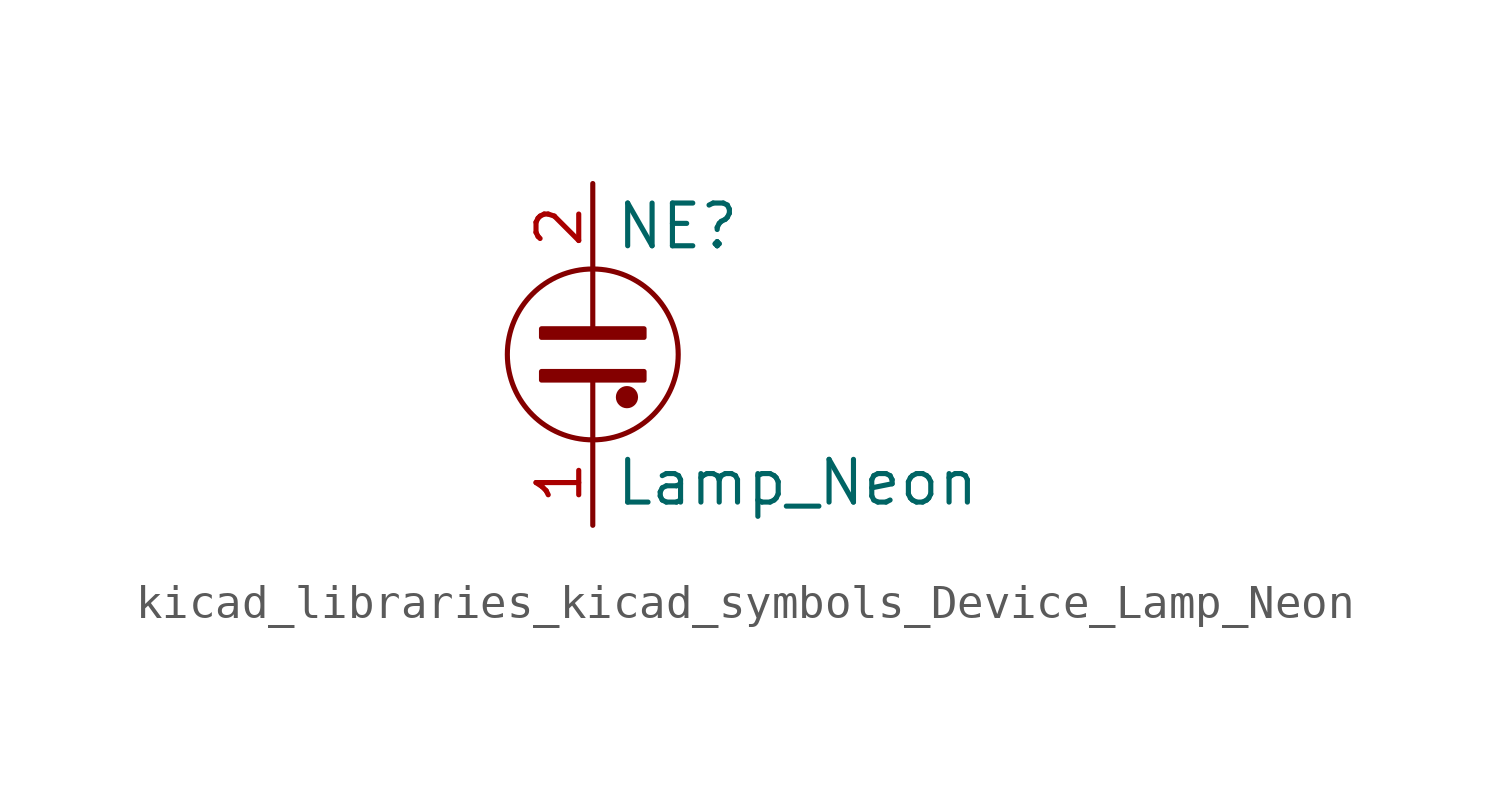
<source format=kicad_sym>
(kicad_symbol_lib
  (version 20220914)
  (generator kicad_symbol_editor)
  (symbol "kicad_libraries_kicad_symbols_Device_Lamp_Neon"
    (pin_names
      (offset 0.025) hide)
    (property "Reference" "NE"
      (at 0.635 3.81 0)
      (effects (font (size 1.27 1.27)) (justify left)))
    (property "Value" "Lamp_Neon"
      (at 0.635 -3.81 0)
      (effects (font (size 1.27 1.27)) (justify left)))
    (symbol "kicad_libraries_kicad_symbols_Device_Lamp_Neon_0_1"
      (rectangle (start -1.524 -0.508) (end 1.524 -0.762) (stroke (width 0) (type default)) (fill (type outline)))
      (rectangle (start -1.524 0.762) (end 1.524 0.508) (stroke (width 0) (type default)) (fill (type outline)))
      (polyline (pts (xy 0 -2.54) (xy 0 -0.762)) (stroke (width 0) (type default)) (fill (type none)))
      (polyline (pts (xy 0 0.762) (xy 0 2.54)) (stroke (width 0) (type default)) (fill (type none)))
      (circle (center 0 0) (radius 2.54) (stroke (width 0) (type default)) (fill (type none)))
      (circle (center 1.016 -1.27) (radius 0.254) (stroke (width 0) (type default)) (fill (type outline))))
    (symbol "kicad_libraries_kicad_symbols_Device_Lamp_Neon_1_1"
      (pin passive line (at 0 -5.08 90) (length 2.54) (name "~" (effects (font (size 1.27 1.27)))) (number "1" (effects (font (size 1.27 1.27)))))
      (pin passive line (at 0 5.08 270) (length 2.54) (name "~" (effects (font (size 1.27 1.27)))) (number "2" (effects (font (size 1.27 1.27))))))))
</source>
